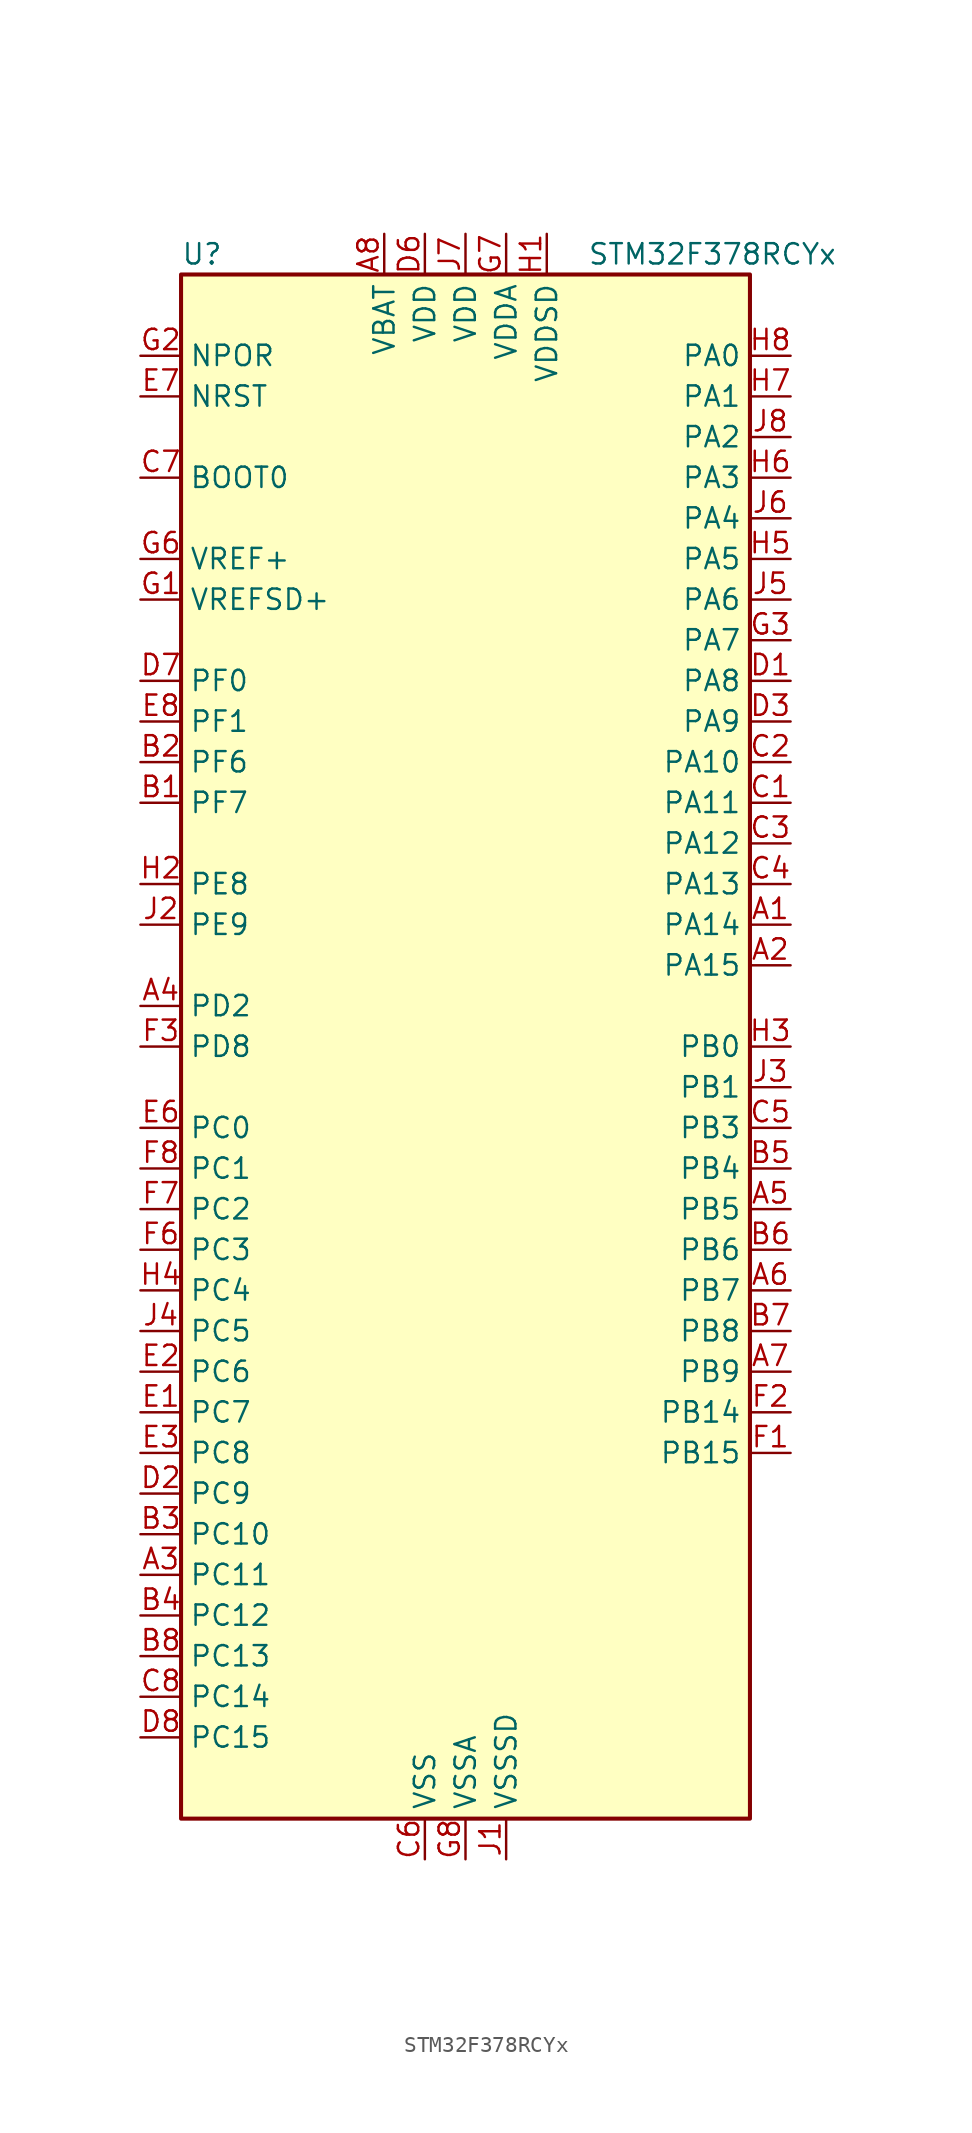
<source format=kicad_sym>
(kicad_symbol_lib
  (version 20241209)
  (generator "kicad_symbol_editor")
  (generator_version "9.0")
  (symbol "STM32F378RCYx"
    (property "Reference" "U"
      (at -17.78 49.53 0)
      (effects (font (size 1.27 1.27)) (justify left)))
    (property "Value" "STM32F378RCYx"
      (at 7.62 49.53 0)
      (effects (font (size 1.27 1.27)) (justify left)))
    (symbol "STM32F378RCYx_0_1"
      (rectangle (start -17.78 -48.26) (end 17.78 48.26) (stroke (width 0.254) (type default)) (fill (type background))))
    (symbol "STM32F378RCYx_1_1"
      (pin input line (at -20.32 43.18 0) (length 2.54) (name "NPOR" (effects (font (size 1.27 1.27)))) (number "G2" (effects (font (size 1.27 1.27)))))
      (pin input line (at -20.32 40.64 0) (length 2.54) (name "NRST" (effects (font (size 1.27 1.27)))) (number "E7" (effects (font (size 1.27 1.27)))))
      (pin input line (at -20.32 35.56 0) (length 2.54) (name "BOOT0" (effects (font (size 1.27 1.27)))) (number "C7" (effects (font (size 1.27 1.27)))))
      (pin input line (at -20.32 30.48 0) (length 2.54) (name "VREF+" (effects (font (size 1.27 1.27)))) (number "G6" (effects (font (size 1.27 1.27)))))
      (pin input line (at -20.32 27.94 0) (length 2.54) (name "VREFSD+" (effects (font (size 1.27 1.27)))) (number "G1" (effects (font (size 1.27 1.27)))))
      (pin bidirectional line (at -20.32 22.86 0) (length 2.54) (name "PF0" (effects (font (size 1.27 1.27)))) (number "D7" (effects (font (size 1.27 1.27)))) (alternate "I2C2_SDA" bidirectional line) (alternate "RCC_OSC_IN" bidirectional line))
      (pin bidirectional line (at -20.32 20.32 0) (length 2.54) (name "PF1" (effects (font (size 1.27 1.27)))) (number "E8" (effects (font (size 1.27 1.27)))) (alternate "I2C2_SCL" bidirectional line) (alternate "RCC_OSC_OUT" bidirectional line))
      (pin bidirectional line (at -20.32 17.78 0) (length 2.54) (name "PF6" (effects (font (size 1.27 1.27)))) (number "B2" (effects (font (size 1.27 1.27)))) (alternate "I2C2_SCL" bidirectional line) (alternate "I2S1_SD" bidirectional line) (alternate "SPI1_MOSI" bidirectional line) (alternate "TIM4_CH4" bidirectional line) (alternate "USART3_DE" bidirectional line) (alternate "USART3_RTS" bidirectional line))
      (pin bidirectional line (at -20.32 15.24 0) (length 2.54) (name "PF7" (effects (font (size 1.27 1.27)))) (number "B1" (effects (font (size 1.27 1.27)))) (alternate "I2C2_SDA" bidirectional line) (alternate "USART2_CK" bidirectional line))
      (pin bidirectional line (at -20.32 10.16 0) (length 2.54) (name "PE8" (effects (font (size 1.27 1.27)))) (number "H2" (effects (font (size 1.27 1.27)))) (alternate "SDADC1_AIN8P" bidirectional line) (alternate "SDADC2_AIN8P" bidirectional line))
      (pin bidirectional line (at -20.32 7.62 0) (length 2.54) (name "PE9" (effects (font (size 1.27 1.27)))) (number "J2" (effects (font (size 1.27 1.27)))) (alternate "DAC1_EXTI9" bidirectional line) (alternate "DAC2_EXTI9" bidirectional line) (alternate "SDADC1_AIN7P" bidirectional line) (alternate "SDADC1_AIN8M" bidirectional line) (alternate "SDADC2_AIN7P" bidirectional line) (alternate "SDADC2_AIN8M" bidirectional line))
      (pin bidirectional line (at -20.32 2.54 0) (length 2.54) (name "PD2" (effects (font (size 1.27 1.27)))) (number "A4" (effects (font (size 1.27 1.27)))) (alternate "TIM3_ETR" bidirectional line))
      (pin bidirectional line (at -20.32 0 0) (length 2.54) (name "PD8" (effects (font (size 1.27 1.27)))) (number "F3" (effects (font (size 1.27 1.27)))) (alternate "I2S2_CK" bidirectional line) (alternate "SDADC3_AIN6P" bidirectional line) (alternate "SPI2_SCK" bidirectional line) (alternate "TSC_G6_IO3" bidirectional line) (alternate "USART3_TX" bidirectional line))
      (pin bidirectional line (at -20.32 -5.08 0) (length 2.54) (name "PC0" (effects (font (size 1.27 1.27)))) (number "E6" (effects (font (size 1.27 1.27)))) (alternate "ADC1_IN10" bidirectional line) (alternate "TIM5_CH1" bidirectional line) (alternate "TIM5_ETR" bidirectional line))
      (pin bidirectional line (at -20.32 -7.62 0) (length 2.54) (name "PC1" (effects (font (size 1.27 1.27)))) (number "F8" (effects (font (size 1.27 1.27)))) (alternate "ADC1_IN11" bidirectional line) (alternate "TIM5_CH2" bidirectional line))
      (pin bidirectional line (at -20.32 -10.16 0) (length 2.54) (name "PC2" (effects (font (size 1.27 1.27)))) (number "F7" (effects (font (size 1.27 1.27)))) (alternate "ADC1_IN12" bidirectional line) (alternate "I2S2_MCK" bidirectional line) (alternate "SPI2_MISO" bidirectional line) (alternate "TIM5_CH3" bidirectional line))
      (pin bidirectional line (at -20.32 -12.7 0) (length 2.54) (name "PC3" (effects (font (size 1.27 1.27)))) (number "F6" (effects (font (size 1.27 1.27)))) (alternate "ADC1_IN13" bidirectional line) (alternate "I2S2_SD" bidirectional line) (alternate "SPI2_MOSI" bidirectional line) (alternate "TIM5_CH4" bidirectional line))
      (pin bidirectional line (at -20.32 -15.24 0) (length 2.54) (name "PC4" (effects (font (size 1.27 1.27)))) (number "H4" (effects (font (size 1.27 1.27)))) (alternate "ADC1_IN14" bidirectional line) (alternate "TIM13_CH1" bidirectional line) (alternate "TSC_G3_IO1" bidirectional line) (alternate "USART1_TX" bidirectional line))
      (pin bidirectional line (at -20.32 -17.78 0) (length 2.54) (name "PC5" (effects (font (size 1.27 1.27)))) (number "J4" (effects (font (size 1.27 1.27)))) (alternate "ADC1_IN15" bidirectional line) (alternate "TSC_G3_IO2" bidirectional line) (alternate "USART1_RX" bidirectional line))
      (pin bidirectional line (at -20.32 -20.32 0) (length 2.54) (name "PC6" (effects (font (size 1.27 1.27)))) (number "E2" (effects (font (size 1.27 1.27)))) (alternate "I2S1_WS" bidirectional line) (alternate "SPI1_NSS" bidirectional line) (alternate "TIM3_CH1" bidirectional line))
      (pin bidirectional line (at -20.32 -22.86 0) (length 2.54) (name "PC7" (effects (font (size 1.27 1.27)))) (number "E1" (effects (font (size 1.27 1.27)))) (alternate "I2S1_CK" bidirectional line) (alternate "SPI1_SCK" bidirectional line) (alternate "TIM3_CH2" bidirectional line))
      (pin bidirectional line (at -20.32 -25.4 0) (length 2.54) (name "PC8" (effects (font (size 1.27 1.27)))) (number "E3" (effects (font (size 1.27 1.27)))) (alternate "I2S1_MCK" bidirectional line) (alternate "SPI1_MISO" bidirectional line) (alternate "TIM3_CH3" bidirectional line))
      (pin bidirectional line (at -20.32 -27.94 0) (length 2.54) (name "PC9" (effects (font (size 1.27 1.27)))) (number "D2" (effects (font (size 1.27 1.27)))) (alternate "DAC1_EXTI9" bidirectional line) (alternate "DAC2_EXTI9" bidirectional line) (alternate "I2S1_SD" bidirectional line) (alternate "SPI1_MOSI" bidirectional line) (alternate "TIM3_CH4" bidirectional line))
      (pin bidirectional line (at -20.32 -30.48 0) (length 2.54) (name "PC10" (effects (font (size 1.27 1.27)))) (number "B3" (effects (font (size 1.27 1.27)))) (alternate "I2S3_CK" bidirectional line) (alternate "SPI3_SCK" bidirectional line) (alternate "TIM19_CH1" bidirectional line) (alternate "USART3_TX" bidirectional line))
      (pin bidirectional line (at -20.32 -33.02 0) (length 2.54) (name "PC11" (effects (font (size 1.27 1.27)))) (number "A3" (effects (font (size 1.27 1.27)))) (alternate "ADC1_EXTI11" bidirectional line) (alternate "I2S3_MCK" bidirectional line) (alternate "SDADC1_EXTI11" bidirectional line) (alternate "SDADC2_EXTI11" bidirectional line) (alternate "SDADC3_EXTI11" bidirectional line) (alternate "SPI3_MISO" bidirectional line) (alternate "TIM19_CH2" bidirectional line) (alternate "USART3_RX" bidirectional line))
      (pin bidirectional line (at -20.32 -35.56 0) (length 2.54) (name "PC12" (effects (font (size 1.27 1.27)))) (number "B4" (effects (font (size 1.27 1.27)))) (alternate "I2S3_SD" bidirectional line) (alternate "SPI3_MOSI" bidirectional line) (alternate "TIM19_CH3" bidirectional line) (alternate "USART3_CK" bidirectional line))
      (pin bidirectional line (at -20.32 -38.1 0) (length 2.54) (name "PC13" (effects (font (size 1.27 1.27)))) (number "B8" (effects (font (size 1.27 1.27)))) (alternate "RTC_OUT_ALARM" bidirectional line) (alternate "RTC_OUT_CALIB" bidirectional line) (alternate "RTC_TAMP1" bidirectional line) (alternate "RTC_TS" bidirectional line) (alternate "SYS_WKUP2" bidirectional line))
      (pin bidirectional line (at -20.32 -40.64 0) (length 2.54) (name "PC14" (effects (font (size 1.27 1.27)))) (number "C8" (effects (font (size 1.27 1.27)))) (alternate "RCC_OSC32_IN" bidirectional line))
      (pin bidirectional line (at -20.32 -43.18 0) (length 2.54) (name "PC15" (effects (font (size 1.27 1.27)))) (number "D8" (effects (font (size 1.27 1.27)))) (alternate "ADC1_EXTI15" bidirectional line) (alternate "RCC_OSC32_OUT" bidirectional line) (alternate "SDADC1_EXTI15" bidirectional line) (alternate "SDADC2_EXTI15" bidirectional line) (alternate "SDADC3_EXTI15" bidirectional line))
      (pin power_in line (at -5.08 50.8 270) (length 2.54) (name "VBAT" (effects (font (size 1.27 1.27)))) (number "A8" (effects (font (size 1.27 1.27)))))
      (pin power_in line (at -2.54 50.8 270) (length 2.54) (name "VDD" (effects (font (size 1.27 1.27)))) (number "D6" (effects (font (size 1.27 1.27)))))
      (pin power_in line (at -2.54 -50.8 90) (length 2.54) (name "VSS" (effects (font (size 1.27 1.27)))) (number "C6" (effects (font (size 1.27 1.27)))))
      (pin passive line (at -2.54 -50.8 90) (length 2.54) (hide yes) (name "VSS" (effects (font (size 1.27 1.27)))) (number "G4" (effects (font (size 1.27 1.27)))))
      (pin passive line (at -2.54 -50.8 90) (length 2.54) (hide yes) (name "VSS" (effects (font (size 1.27 1.27)))) (number "G5" (effects (font (size 1.27 1.27)))))
      (pin power_in line (at 0 50.8 270) (length 2.54) (name "VDD" (effects (font (size 1.27 1.27)))) (number "J7" (effects (font (size 1.27 1.27)))))
      (pin power_in line (at 0 -50.8 90) (length 2.54) (name "VSSA" (effects (font (size 1.27 1.27)))) (number "G8" (effects (font (size 1.27 1.27)))))
      (pin power_in line (at 2.54 50.8 270) (length 2.54) (name "VDDA" (effects (font (size 1.27 1.27)))) (number "G7" (effects (font (size 1.27 1.27)))))
      (pin power_in line (at 2.54 -50.8 90) (length 2.54) (name "VSSSD" (effects (font (size 1.27 1.27)))) (number "J1" (effects (font (size 1.27 1.27)))))
      (pin power_in line (at 5.08 50.8 270) (length 2.54) (name "VDDSD" (effects (font (size 1.27 1.27)))) (number "H1" (effects (font (size 1.27 1.27)))))
      (pin bidirectional line (at 20.32 43.18 180) (length 2.54) (name "PA0" (effects (font (size 1.27 1.27)))) (number "H8" (effects (font (size 1.27 1.27)))) (alternate "ADC1_IN0" bidirectional line) (alternate "COMP1_INM" bidirectional line) (alternate "COMP1_OUT" bidirectional line) (alternate "RTC_TAMP2" bidirectional line) (alternate "SYS_WKUP1" bidirectional line) (alternate "TIM19_CH1" bidirectional line) (alternate "TIM2_CH1" bidirectional line) (alternate "TIM2_ETR" bidirectional line) (alternate "TIM5_CH1" bidirectional line) (alternate "TIM5_ETR" bidirectional line) (alternate "TSC_G1_IO1" bidirectional line) (alternate "USART2_CTS" bidirectional line))
      (pin bidirectional line (at 20.32 40.64 180) (length 2.54) (name "PA1" (effects (font (size 1.27 1.27)))) (number "H7" (effects (font (size 1.27 1.27)))) (alternate "ADC1_IN1" bidirectional line) (alternate "COMP1_INP" bidirectional line) (alternate "I2S3_CK" bidirectional line) (alternate "RTC_REFIN" bidirectional line) (alternate "SPI3_SCK" bidirectional line) (alternate "TIM15_CH1N" bidirectional line) (alternate "TIM19_CH2" bidirectional line) (alternate "TIM2_CH2" bidirectional line) (alternate "TIM5_CH2" bidirectional line) (alternate "TSC_G1_IO2" bidirectional line) (alternate "USART2_DE" bidirectional line) (alternate "USART2_RTS" bidirectional line))
      (pin bidirectional line (at 20.32 38.1 180) (length 2.54) (name "PA2" (effects (font (size 1.27 1.27)))) (number "J8" (effects (font (size 1.27 1.27)))) (alternate "ADC1_IN2" bidirectional line) (alternate "COMP2_INM" bidirectional line) (alternate "COMP2_OUT" bidirectional line) (alternate "I2S3_MCK" bidirectional line) (alternate "SPI3_MISO" bidirectional line) (alternate "TIM15_CH1" bidirectional line) (alternate "TIM19_CH3" bidirectional line) (alternate "TIM2_CH3" bidirectional line) (alternate "TIM5_CH3" bidirectional line) (alternate "TSC_G1_IO3" bidirectional line) (alternate "USART2_TX" bidirectional line))
      (pin bidirectional line (at 20.32 35.56 180) (length 2.54) (name "PA3" (effects (font (size 1.27 1.27)))) (number "H6" (effects (font (size 1.27 1.27)))) (alternate "ADC1_IN3" bidirectional line) (alternate "COMP2_INP" bidirectional line) (alternate "I2S3_SD" bidirectional line) (alternate "SPI3_MOSI" bidirectional line) (alternate "TIM15_CH2" bidirectional line) (alternate "TIM19_CH4" bidirectional line) (alternate "TIM2_CH4" bidirectional line) (alternate "TIM5_CH4" bidirectional line) (alternate "TSC_G1_IO4" bidirectional line) (alternate "USART2_RX" bidirectional line))
      (pin bidirectional line (at 20.32 33.02 180) (length 2.54) (name "PA4" (effects (font (size 1.27 1.27)))) (number "J6" (effects (font (size 1.27 1.27)))) (alternate "ADC1_IN4" bidirectional line) (alternate "DAC1_OUT1" bidirectional line) (alternate "I2S1_WS" bidirectional line) (alternate "I2S3_WS" bidirectional line) (alternate "SPI1_NSS" bidirectional line) (alternate "SPI3_NSS" bidirectional line) (alternate "TIM12_CH1" bidirectional line) (alternate "TIM3_CH2" bidirectional line) (alternate "TSC_G2_IO1" bidirectional line) (alternate "USART2_CK" bidirectional line))
      (pin bidirectional line (at 20.32 30.48 180) (length 2.54) (name "PA5" (effects (font (size 1.27 1.27)))) (number "H5" (effects (font (size 1.27 1.27)))) (alternate "ADC1_IN5" bidirectional line) (alternate "CEC" bidirectional line) (alternate "DAC1_OUT2" bidirectional line) (alternate "I2S1_CK" bidirectional line) (alternate "SPI1_SCK" bidirectional line) (alternate "TIM12_CH2" bidirectional line) (alternate "TIM14_CH1" bidirectional line) (alternate "TIM2_CH1" bidirectional line) (alternate "TIM2_ETR" bidirectional line) (alternate "TSC_G2_IO2" bidirectional line))
      (pin bidirectional line (at 20.32 27.94 180) (length 2.54) (name "PA6" (effects (font (size 1.27 1.27)))) (number "J5" (effects (font (size 1.27 1.27)))) (alternate "ADC1_IN6" bidirectional line) (alternate "COMP1_OUT" bidirectional line) (alternate "DAC2_OUT1" bidirectional line) (alternate "I2S1_MCK" bidirectional line) (alternate "SPI1_MISO" bidirectional line) (alternate "TIM13_CH1" bidirectional line) (alternate "TIM16_CH1" bidirectional line) (alternate "TIM3_CH1" bidirectional line) (alternate "TSC_G2_IO3" bidirectional line))
      (pin bidirectional line (at 20.32 25.4 180) (length 2.54) (name "PA7" (effects (font (size 1.27 1.27)))) (number "G3" (effects (font (size 1.27 1.27)))) (alternate "ADC1_IN7" bidirectional line) (alternate "COMP2_OUT" bidirectional line) (alternate "I2S1_SD" bidirectional line) (alternate "SPI1_MOSI" bidirectional line) (alternate "TIM14_CH1" bidirectional line) (alternate "TIM17_CH1" bidirectional line) (alternate "TIM3_CH2" bidirectional line) (alternate "TSC_G2_IO4" bidirectional line))
      (pin bidirectional line (at 20.32 22.86 180) (length 2.54) (name "PA8" (effects (font (size 1.27 1.27)))) (number "D1" (effects (font (size 1.27 1.27)))) (alternate "I2C2_SMBA" bidirectional line) (alternate "I2S2_CK" bidirectional line) (alternate "RCC_MCO" bidirectional line) (alternate "SPI2_SCK" bidirectional line) (alternate "TIM4_ETR" bidirectional line) (alternate "TIM5_CH1" bidirectional line) (alternate "TIM5_ETR" bidirectional line) (alternate "USART1_CK" bidirectional line))
      (pin bidirectional line (at 20.32 20.32 180) (length 2.54) (name "PA9" (effects (font (size 1.27 1.27)))) (number "D3" (effects (font (size 1.27 1.27)))) (alternate "DAC1_EXTI9" bidirectional line) (alternate "DAC2_EXTI9" bidirectional line) (alternate "I2C2_SCL" bidirectional line) (alternate "I2S2_MCK" bidirectional line) (alternate "SPI2_MISO" bidirectional line) (alternate "TIM13_CH1" bidirectional line) (alternate "TIM15_BKIN" bidirectional line) (alternate "TIM2_CH3" bidirectional line) (alternate "TSC_G4_IO1" bidirectional line) (alternate "USART1_TX" bidirectional line))
      (pin bidirectional line (at 20.32 17.78 180) (length 2.54) (name "PA10" (effects (font (size 1.27 1.27)))) (number "C2" (effects (font (size 1.27 1.27)))) (alternate "I2C2_SDA" bidirectional line) (alternate "I2S2_SD" bidirectional line) (alternate "SPI2_MOSI" bidirectional line) (alternate "TIM14_CH1" bidirectional line) (alternate "TIM17_BKIN" bidirectional line) (alternate "TIM2_CH4" bidirectional line) (alternate "TSC_G4_IO2" bidirectional line) (alternate "USART1_RX" bidirectional line))
      (pin bidirectional line (at 20.32 15.24 180) (length 2.54) (name "PA11" (effects (font (size 1.27 1.27)))) (number "C1" (effects (font (size 1.27 1.27)))) (alternate "ADC1_EXTI11" bidirectional line) (alternate "CAN_RX" bidirectional line) (alternate "COMP1_OUT" bidirectional line) (alternate "I2S1_WS" bidirectional line) (alternate "I2S2_WS" bidirectional line) (alternate "SDADC1_EXTI11" bidirectional line) (alternate "SDADC2_EXTI11" bidirectional line) (alternate "SDADC3_EXTI11" bidirectional line) (alternate "SPI1_NSS" bidirectional line) (alternate "SPI2_NSS" bidirectional line) (alternate "TIM4_CH1" bidirectional line) (alternate "TIM5_CH2" bidirectional line) (alternate "USART1_CTS" bidirectional line))
      (pin bidirectional line (at 20.32 12.7 180) (length 2.54) (name "PA12" (effects (font (size 1.27 1.27)))) (number "C3" (effects (font (size 1.27 1.27)))) (alternate "CAN_TX" bidirectional line) (alternate "COMP2_OUT" bidirectional line) (alternate "I2S1_CK" bidirectional line) (alternate "SPI1_SCK" bidirectional line) (alternate "TIM16_CH1" bidirectional line) (alternate "TIM4_CH2" bidirectional line) (alternate "TIM5_CH3" bidirectional line) (alternate "USART1_DE" bidirectional line) (alternate "USART1_RTS" bidirectional line))
      (pin bidirectional line (at 20.32 10.16 180) (length 2.54) (name "PA13" (effects (font (size 1.27 1.27)))) (number "C4" (effects (font (size 1.27 1.27)))) (alternate "I2S1_MCK" bidirectional line) (alternate "IR_OUT" bidirectional line) (alternate "SPI1_MISO" bidirectional line) (alternate "SYS_JTMS-SWDIO" bidirectional line) (alternate "TIM16_CH1N" bidirectional line) (alternate "TIM4_CH3" bidirectional line) (alternate "TIM5_CH4" bidirectional line) (alternate "TSC_G4_IO3" bidirectional line) (alternate "USART3_CTS" bidirectional line))
      (pin bidirectional line (at 20.32 7.62 180) (length 2.54) (name "PA14" (effects (font (size 1.27 1.27)))) (number "A1" (effects (font (size 1.27 1.27)))) (alternate "I2C1_SDA" bidirectional line) (alternate "SYS_JTCK-SWCLK" bidirectional line) (alternate "TIM12_CH1" bidirectional line) (alternate "TSC_G4_IO4" bidirectional line))
      (pin bidirectional line (at 20.32 5.08 180) (length 2.54) (name "PA15" (effects (font (size 1.27 1.27)))) (number "A2" (effects (font (size 1.27 1.27)))) (alternate "ADC1_EXTI15" bidirectional line) (alternate "I2C1_SCL" bidirectional line) (alternate "I2S1_WS" bidirectional line) (alternate "I2S3_WS" bidirectional line) (alternate "SDADC1_EXTI15" bidirectional line) (alternate "SDADC2_EXTI15" bidirectional line) (alternate "SDADC3_EXTI15" bidirectional line) (alternate "SPI1_NSS" bidirectional line) (alternate "SPI3_NSS" bidirectional line) (alternate "SYS_JTDI" bidirectional line) (alternate "TIM12_CH2" bidirectional line) (alternate "TIM2_CH1" bidirectional line) (alternate "TIM2_ETR" bidirectional line) (alternate "TSC_SYNC" bidirectional line))
      (pin bidirectional line (at 20.32 0 180) (length 2.54) (name "PB0" (effects (font (size 1.27 1.27)))) (number "H3" (effects (font (size 1.27 1.27)))) (alternate "ADC1_IN8" bidirectional line) (alternate "I2S1_SD" bidirectional line) (alternate "SDADC1_AIN6P" bidirectional line) (alternate "SPI1_MOSI" bidirectional line) (alternate "TIM3_CH2" bidirectional line) (alternate "TIM3_CH3" bidirectional line) (alternate "TSC_G3_IO3" bidirectional line))
      (pin bidirectional line (at 20.32 -2.54 180) (length 2.54) (name "PB1" (effects (font (size 1.27 1.27)))) (number "J3" (effects (font (size 1.27 1.27)))) (alternate "ADC1_IN9" bidirectional line) (alternate "SDADC1_AIN5P" bidirectional line) (alternate "SDADC1_AIN6M" bidirectional line) (alternate "TIM3_CH4" bidirectional line) (alternate "TSC_G3_IO4" bidirectional line))
      (pin bidirectional line (at 20.32 -5.08 180) (length 2.54) (name "PB3" (effects (font (size 1.27 1.27)))) (number "C5" (effects (font (size 1.27 1.27)))) (alternate "I2S1_CK" bidirectional line) (alternate "I2S3_CK" bidirectional line) (alternate "SPI1_SCK" bidirectional line) (alternate "SPI3_SCK" bidirectional line) (alternate "SYS_JTDO-TRACESWO" bidirectional line) (alternate "TIM13_CH1" bidirectional line) (alternate "TIM2_CH2" bidirectional line) (alternate "TIM3_ETR" bidirectional line) (alternate "TIM4_ETR" bidirectional line) (alternate "TSC_G5_IO1" bidirectional line) (alternate "USART2_TX" bidirectional line))
      (pin bidirectional line (at 20.32 -7.62 180) (length 2.54) (name "PB4" (effects (font (size 1.27 1.27)))) (number "B5" (effects (font (size 1.27 1.27)))) (alternate "I2S1_MCK" bidirectional line) (alternate "I2S3_MCK" bidirectional line) (alternate "SPI1_MISO" bidirectional line) (alternate "SPI3_MISO" bidirectional line) (alternate "SYS_NJTRST" bidirectional line) (alternate "TIM15_CH1N" bidirectional line) (alternate "TIM16_CH1" bidirectional line) (alternate "TIM17_BKIN" bidirectional line) (alternate "TIM3_CH1" bidirectional line) (alternate "TSC_G5_IO2" bidirectional line) (alternate "USART2_RX" bidirectional line))
      (pin bidirectional line (at 20.32 -10.16 180) (length 2.54) (name "PB5" (effects (font (size 1.27 1.27)))) (number "A5" (effects (font (size 1.27 1.27)))) (alternate "I2C1_SMBA" bidirectional line) (alternate "I2S1_SD" bidirectional line) (alternate "I2S3_SD" bidirectional line) (alternate "SPI1_MOSI" bidirectional line) (alternate "SPI3_MOSI" bidirectional line) (alternate "TIM16_BKIN" bidirectional line) (alternate "TIM17_CH1" bidirectional line) (alternate "TIM19_ETR" bidirectional line) (alternate "TIM3_CH2" bidirectional line) (alternate "USART2_CK" bidirectional line))
      (pin bidirectional line (at 20.32 -12.7 180) (length 2.54) (name "PB6" (effects (font (size 1.27 1.27)))) (number "B6" (effects (font (size 1.27 1.27)))) (alternate "I2C1_SCL" bidirectional line) (alternate "TIM15_CH1" bidirectional line) (alternate "TIM16_CH1N" bidirectional line) (alternate "TIM19_CH1" bidirectional line) (alternate "TIM3_CH3" bidirectional line) (alternate "TIM4_CH1" bidirectional line) (alternate "TSC_G5_IO3" bidirectional line) (alternate "USART1_TX" bidirectional line))
      (pin bidirectional line (at 20.32 -15.24 180) (length 2.54) (name "PB7" (effects (font (size 1.27 1.27)))) (number "A6" (effects (font (size 1.27 1.27)))) (alternate "I2C1_SDA" bidirectional line) (alternate "TIM15_CH2" bidirectional line) (alternate "TIM17_CH1N" bidirectional line) (alternate "TIM19_CH2" bidirectional line) (alternate "TIM3_CH4" bidirectional line) (alternate "TIM4_CH2" bidirectional line) (alternate "TSC_G5_IO4" bidirectional line) (alternate "USART1_RX" bidirectional line))
      (pin bidirectional line (at 20.32 -17.78 180) (length 2.54) (name "PB8" (effects (font (size 1.27 1.27)))) (number "B7" (effects (font (size 1.27 1.27)))) (alternate "CAN_RX" bidirectional line) (alternate "CEC" bidirectional line) (alternate "COMP1_OUT" bidirectional line) (alternate "I2C1_SCL" bidirectional line) (alternate "I2S2_CK" bidirectional line) (alternate "SPI2_SCK" bidirectional line) (alternate "TIM16_CH1" bidirectional line) (alternate "TIM19_CH3" bidirectional line) (alternate "TIM4_CH3" bidirectional line) (alternate "TSC_SYNC" bidirectional line) (alternate "USART3_TX" bidirectional line))
      (pin bidirectional line (at 20.32 -20.32 180) (length 2.54) (name "PB9" (effects (font (size 1.27 1.27)))) (number "A7" (effects (font (size 1.27 1.27)))) (alternate "CAN_TX" bidirectional line) (alternate "COMP2_OUT" bidirectional line) (alternate "DAC1_EXTI9" bidirectional line) (alternate "DAC2_EXTI9" bidirectional line) (alternate "I2C1_SDA" bidirectional line) (alternate "I2S2_WS" bidirectional line) (alternate "IR_OUT" bidirectional line) (alternate "SPI2_NSS" bidirectional line) (alternate "TIM17_CH1" bidirectional line) (alternate "TIM19_CH4" bidirectional line) (alternate "TIM4_CH4" bidirectional line) (alternate "USART3_RX" bidirectional line))
      (pin bidirectional line (at 20.32 -22.86 180) (length 2.54) (name "PB14" (effects (font (size 1.27 1.27)))) (number "F2" (effects (font (size 1.27 1.27)))) (alternate "I2S2_MCK" bidirectional line) (alternate "SDADC3_AIN8P" bidirectional line) (alternate "SPI2_MISO" bidirectional line) (alternate "TIM12_CH1" bidirectional line) (alternate "TIM15_CH1" bidirectional line) (alternate "TSC_G6_IO1" bidirectional line) (alternate "USART3_DE" bidirectional line) (alternate "USART3_RTS" bidirectional line))
      (pin bidirectional line (at 20.32 -25.4 180) (length 2.54) (name "PB15" (effects (font (size 1.27 1.27)))) (number "F1" (effects (font (size 1.27 1.27)))) (alternate "ADC1_EXTI15" bidirectional line) (alternate "I2S2_SD" bidirectional line) (alternate "RTC_REFIN" bidirectional line) (alternate "SDADC1_EXTI15" bidirectional line) (alternate "SDADC2_EXTI15" bidirectional line) (alternate "SDADC3_AIN7P" bidirectional line) (alternate "SDADC3_AIN8M" bidirectional line) (alternate "SDADC3_EXTI15" bidirectional line) (alternate "SPI2_MOSI" bidirectional line) (alternate "TIM12_CH2" bidirectional line) (alternate "TIM15_CH1N" bidirectional line) (alternate "TIM15_CH2" bidirectional line) (alternate "TSC_G6_IO2" bidirectional line)))))
</source>
